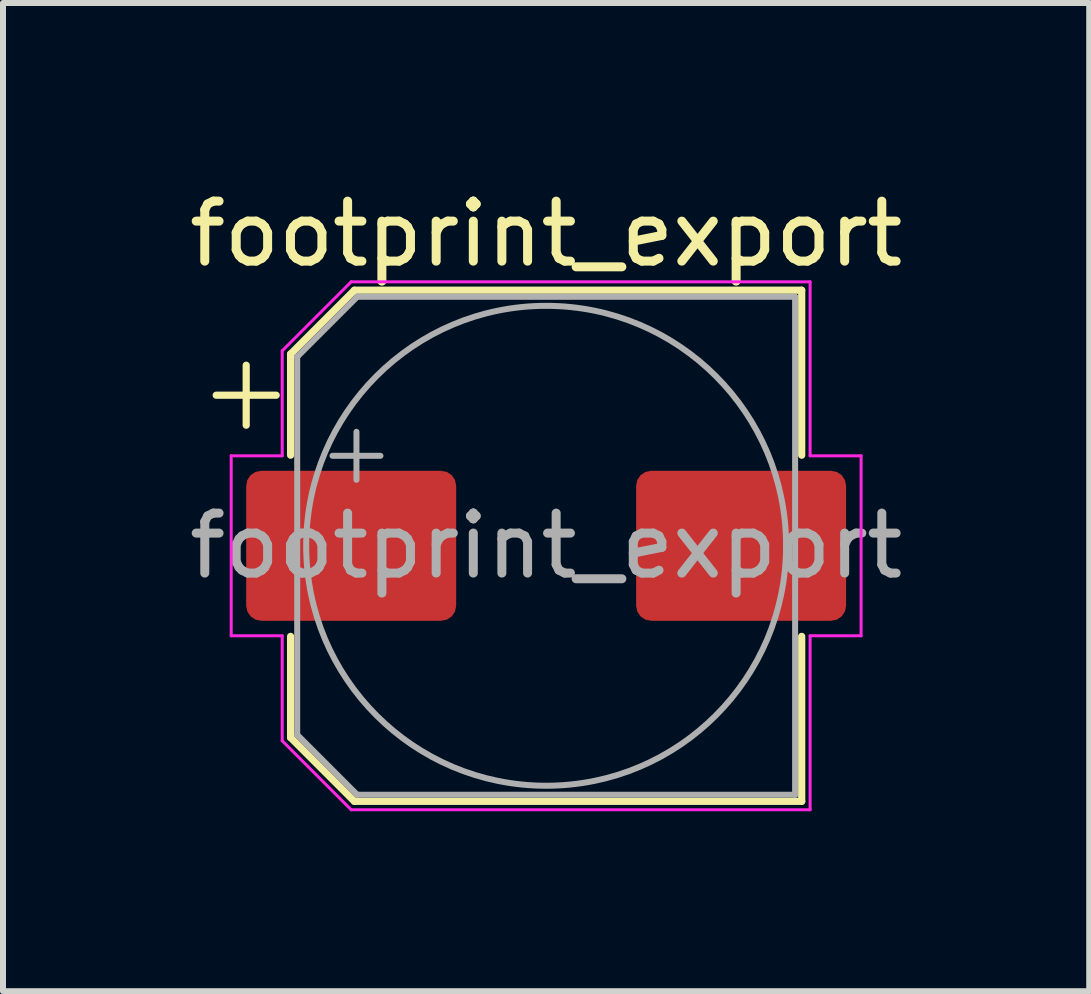
<source format=kicad_pcb>
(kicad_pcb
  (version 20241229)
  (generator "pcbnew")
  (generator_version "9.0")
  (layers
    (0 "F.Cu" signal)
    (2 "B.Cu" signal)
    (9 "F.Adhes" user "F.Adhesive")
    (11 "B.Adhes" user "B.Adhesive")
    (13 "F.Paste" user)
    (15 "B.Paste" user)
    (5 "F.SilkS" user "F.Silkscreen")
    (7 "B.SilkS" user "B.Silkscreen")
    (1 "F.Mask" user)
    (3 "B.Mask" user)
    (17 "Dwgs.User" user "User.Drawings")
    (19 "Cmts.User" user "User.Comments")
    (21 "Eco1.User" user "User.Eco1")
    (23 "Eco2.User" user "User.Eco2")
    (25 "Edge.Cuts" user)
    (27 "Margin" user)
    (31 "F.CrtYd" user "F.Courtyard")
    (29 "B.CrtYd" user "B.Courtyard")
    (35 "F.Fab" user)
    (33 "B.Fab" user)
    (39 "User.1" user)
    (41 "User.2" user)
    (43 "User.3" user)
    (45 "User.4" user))
  (footprint "footprint_export"
    (layer "F.Cu")
    (at 6.054 6.048)
    (property "Reference" "footprint_export" (at 0 -5.2 0) (layer "F.SilkS") (effects (font (size 1 1) (thickness 0.15))))
    (attr smd)
    (fp_line (start -5.5 -2.51) (end -4.5 -2.51) (stroke (width 0.12) (type solid)) (layer "F.SilkS"))
    (fp_line (start -5 -3.01) (end -5 -2.01) (stroke (width 0.12) (type solid)) (layer "F.SilkS"))
    (fp_line (start -4.26 -3.196) (end -4.26 -1.51) (stroke (width 0.12) (type solid)) (layer "F.SilkS"))
    (fp_line (start -4.26 -3.196) (end -3.196 -4.26) (stroke (width 0.12) (type solid)) (layer "F.SilkS"))
    (fp_line (start -4.26 3.196) (end -4.26 1.51) (stroke (width 0.12) (type solid)) (layer "F.SilkS"))
    (fp_line (start -4.26 3.196) (end -3.196 4.26) (stroke (width 0.12) (type solid)) (layer "F.SilkS"))
    (fp_line (start -3.196 -4.26) (end 4.26 -4.26) (stroke (width 0.12) (type solid)) (layer "F.SilkS"))
    (fp_line (start -3.196 4.26) (end 4.26 4.26) (stroke (width 0.12) (type solid)) (layer "F.SilkS"))
    (fp_line (start 4.26 -4.26) (end 4.26 -1.51) (stroke (width 0.12) (type solid)) (layer "F.SilkS"))
    (fp_line (start 4.26 4.26) (end 4.26 1.51) (stroke (width 0.12) (type solid)) (layer "F.SilkS"))
    (fp_line (start -5.25 -1.5) (end -5.25 1.5) (stroke (width 0.05) (type solid)) (layer "F.CrtYd"))
    (fp_line (start -5.25 1.5) (end -4.4 1.5) (stroke (width 0.05) (type solid)) (layer "F.CrtYd"))
    (fp_line (start -4.4 -3.25) (end -4.4 -1.5) (stroke (width 0.05) (type solid)) (layer "F.CrtYd"))
    (fp_line (start -4.4 -3.25) (end -3.25 -4.4) (stroke (width 0.05) (type solid)) (layer "F.CrtYd"))
    (fp_line (start -4.4 -1.5) (end -5.25 -1.5) (stroke (width 0.05) (type solid)) (layer "F.CrtYd"))
    (fp_line (start -4.4 1.5) (end -4.4 3.25) (stroke (width 0.05) (type solid)) (layer "F.CrtYd"))
    (fp_line (start -4.4 3.25) (end -3.25 4.4) (stroke (width 0.05) (type solid)) (layer "F.CrtYd"))
    (fp_line (start -3.25 -4.4) (end 4.4 -4.4) (stroke (width 0.05) (type solid)) (layer "F.CrtYd"))
    (fp_line (start -3.25 4.4) (end 4.4 4.4) (stroke (width 0.05) (type solid)) (layer "F.CrtYd"))
    (fp_line (start 4.4 -4.4) (end 4.4 -1.5) (stroke (width 0.05) (type solid)) (layer "F.CrtYd"))
    (fp_line (start 4.4 -1.5) (end 5.25 -1.5) (stroke (width 0.05) (type solid)) (layer "F.CrtYd"))
    (fp_line (start 4.4 1.5) (end 4.4 4.4) (stroke (width 0.05) (type solid)) (layer "F.CrtYd"))
    (fp_line (start 5.25 -1.5) (end 5.25 1.5) (stroke (width 0.05) (type solid)) (layer "F.CrtYd"))
    (fp_line (start 5.25 1.5) (end 4.4 1.5) (stroke (width 0.05) (type solid)) (layer "F.CrtYd"))
    (fp_line (start -4.15 -3.15) (end -4.15 3.15) (stroke (width 0.1) (type solid)) (layer "F.Fab"))
    (fp_line (start -4.15 -3.15) (end -3.15 -4.15) (stroke (width 0.1) (type solid)) (layer "F.Fab"))
    (fp_line (start -4.15 3.15) (end -3.15 4.15) (stroke (width 0.1) (type solid)) (layer "F.Fab"))
    (fp_line (start -3.562 -1.5) (end -2.762 -1.5) (stroke (width 0.1) (type solid)) (layer "F.Fab"))
    (fp_line (start -3.162 -1.9) (end -3.162 -1.1) (stroke (width 0.1) (type solid)) (layer "F.Fab"))
    (fp_line (start -3.15 -4.15) (end 4.15 -4.15) (stroke (width 0.1) (type solid)) (layer "F.Fab"))
    (fp_line (start -3.15 4.15) (end 4.15 4.15) (stroke (width 0.1) (type solid)) (layer "F.Fab"))
    (fp_line (start 4.15 -4.15) (end 4.15 4.15) (stroke (width 0.1) (type solid)) (layer "F.Fab"))
    (fp_circle (center 0 0) (end 4 0) (stroke (width 0.1) (type solid)) (fill no) (layer "F.Fab"))
    (fp_text user "${REFERENCE}" (at 0 0 0) (layer "F.Fab") (effects (font (size 1 1) (thickness 0.15))))
    (pad "1" smd roundrect (at -3.25 0) (size 3.5 2.5) (layers "F.Cu" "F.Mask" "F.Paste") (roundrect_rratio 0.1))
    (pad "2" smd roundrect (at 3.25 0) (size 3.5 2.5) (layers "F.Cu" "F.Mask" "F.Paste") (roundrect_rratio 0.1)))
  (gr_rect
    (start -3 -3)
    (end 15.107 13.473)
    (stroke (width 0.1) (type default))
    (fill no)
    (layer "Edge.Cuts")))
</source>
